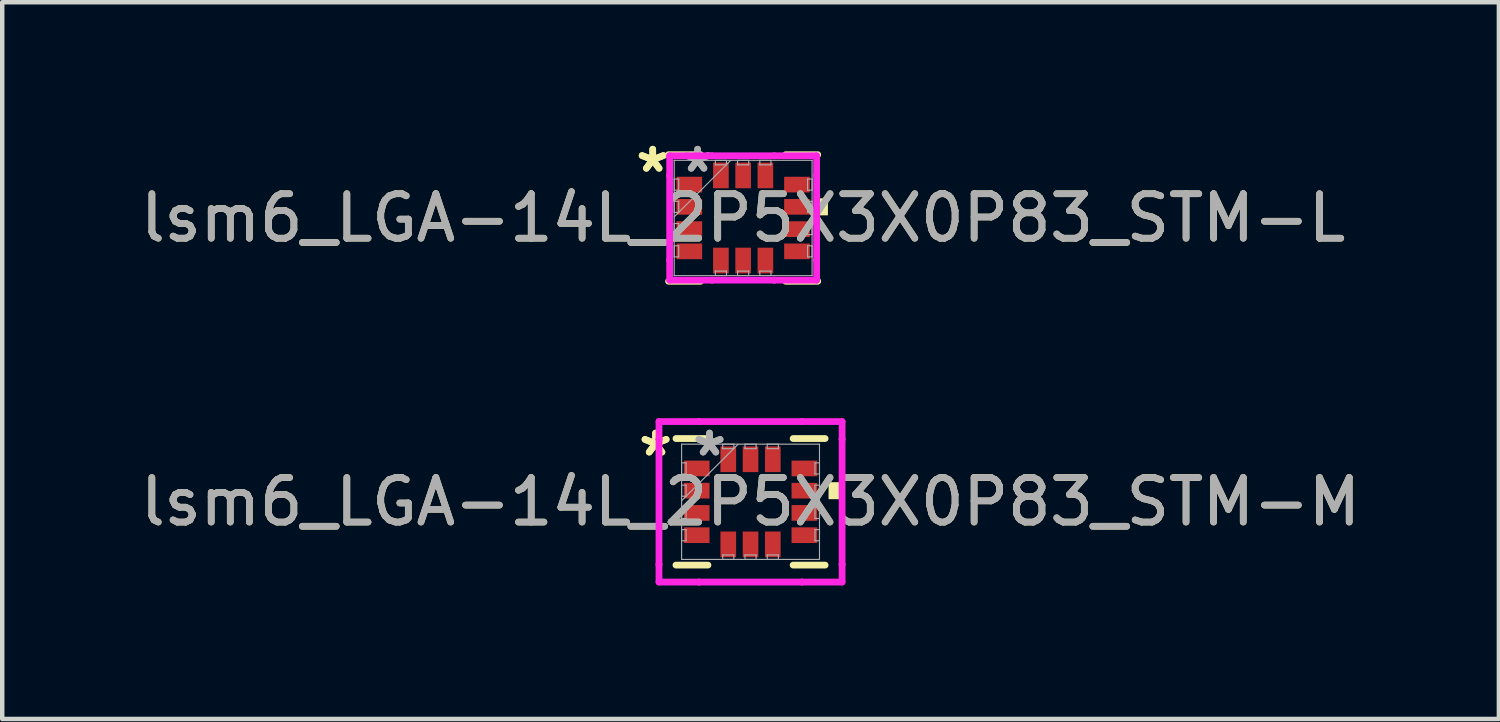
<source format=kicad_pcb>
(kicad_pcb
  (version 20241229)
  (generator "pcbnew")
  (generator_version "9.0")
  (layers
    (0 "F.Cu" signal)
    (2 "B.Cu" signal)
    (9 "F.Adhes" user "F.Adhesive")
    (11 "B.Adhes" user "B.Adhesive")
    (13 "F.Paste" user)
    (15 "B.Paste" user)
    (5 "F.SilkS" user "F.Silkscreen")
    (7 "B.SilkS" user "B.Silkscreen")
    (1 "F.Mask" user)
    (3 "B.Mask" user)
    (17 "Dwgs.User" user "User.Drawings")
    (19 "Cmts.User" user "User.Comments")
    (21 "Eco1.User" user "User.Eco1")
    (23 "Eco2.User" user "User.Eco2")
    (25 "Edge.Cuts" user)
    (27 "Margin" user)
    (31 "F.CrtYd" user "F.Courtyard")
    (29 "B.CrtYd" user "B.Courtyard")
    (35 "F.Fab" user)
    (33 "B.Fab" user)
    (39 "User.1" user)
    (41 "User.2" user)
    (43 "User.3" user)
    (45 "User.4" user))
  (footprint "lsm6_LGA-14L_2P5X3X0P83_STM-L"
    (layer "F.Cu")
    (at 13.649 1.848)
    (property "Reference" "lsm6_LGA-14L_2P5X3X0P83_STM-L" (at 0 0 0) (unlocked yes) (layer "F.SilkS") (effects (font (size 1 1) (thickness 0.15))))
    (attr smd)
    (fp_line (start -1.676 1.422) (end -0.957 1.422) (stroke (width 0.152) (type solid)) (layer "F.SilkS"))
    (fp_line (start -0.957 -1.422) (end -1.676 -1.422) (stroke (width 0.152) (type solid)) (layer "F.SilkS"))
    (fp_line (start 0.957 1.422) (end 1.676 1.422) (stroke (width 0.152) (type solid)) (layer "F.SilkS"))
    (fp_line (start 1.676 -1.422) (end 0.957 -1.422) (stroke (width 0.152) (type solid)) (layer "F.SilkS"))
    (fp_poly (pts (xy 1.905 -0.441) (xy 1.905 -0.059) (xy 1.651 -0.059) (xy 1.651 -0.441)) (stroke (width 0) (type solid)) (fill yes) (layer "F.SilkS"))
    (fp_line (start -1.651 -1.397) (end -0.701 -1.397) (stroke (width 0.152) (type solid)) (layer "F.CrtYd"))
    (fp_line (start -1.651 -0.951) (end -1.651 -1.397) (stroke (width 0.152) (type solid)) (layer "F.CrtYd"))
    (fp_line (start -1.651 -0.951) (end -1.651 -0.951) (stroke (width 0.152) (type solid)) (layer "F.CrtYd"))
    (fp_line (start -1.651 0.951) (end -1.651 -0.951) (stroke (width 0.152) (type solid)) (layer "F.CrtYd"))
    (fp_line (start -1.651 0.951) (end -1.651 0.951) (stroke (width 0.152) (type solid)) (layer "F.CrtYd"))
    (fp_line (start -1.651 1.397) (end -1.651 0.951) (stroke (width 0.152) (type solid)) (layer "F.CrtYd"))
    (fp_line (start -0.701 -1.397) (end -0.701 -1.397) (stroke (width 0.152) (type solid)) (layer "F.CrtYd"))
    (fp_line (start -0.701 -1.397) (end 0.701 -1.397) (stroke (width 0.152) (type solid)) (layer "F.CrtYd"))
    (fp_line (start -0.701 1.397) (end -1.651 1.397) (stroke (width 0.152) (type solid)) (layer "F.CrtYd"))
    (fp_line (start -0.701 1.397) (end -0.701 1.397) (stroke (width 0.152) (type solid)) (layer "F.CrtYd"))
    (fp_line (start 0.701 -1.397) (end 0.701 -1.397) (stroke (width 0.152) (type solid)) (layer "F.CrtYd"))
    (fp_line (start 0.701 -1.397) (end 1.651 -1.397) (stroke (width 0.152) (type solid)) (layer "F.CrtYd"))
    (fp_line (start 0.701 1.397) (end -0.701 1.397) (stroke (width 0.152) (type solid)) (layer "F.CrtYd"))
    (fp_line (start 0.701 1.397) (end 0.701 1.397) (stroke (width 0.152) (type solid)) (layer "F.CrtYd"))
    (fp_line (start 1.651 -1.397) (end 1.651 -0.951) (stroke (width 0.152) (type solid)) (layer "F.CrtYd"))
    (fp_line (start 1.651 -0.951) (end 1.651 -0.951) (stroke (width 0.152) (type solid)) (layer "F.CrtYd"))
    (fp_line (start 1.651 -0.951) (end 1.651 0.951) (stroke (width 0.152) (type solid)) (layer "F.CrtYd"))
    (fp_line (start 1.651 0.951) (end 1.651 0.951) (stroke (width 0.152) (type solid)) (layer "F.CrtYd"))
    (fp_line (start 1.651 0.951) (end 1.651 1.397) (stroke (width 0.152) (type solid)) (layer "F.CrtYd"))
    (fp_line (start 1.651 1.397) (end 0.701 1.397) (stroke (width 0.152) (type solid)) (layer "F.CrtYd"))
    (fp_line (start -1.549 -1.295) (end -1.549 -1.295) (stroke (width 0.025) (type solid)) (layer "F.Fab"))
    (fp_line (start -1.549 -1.295) (end -1.549 1.295) (stroke (width 0.025) (type solid)) (layer "F.Fab"))
    (fp_line (start -1.549 -0.875) (end -1.448 -0.875) (stroke (width 0.025) (type solid)) (layer "F.Fab"))
    (fp_line (start -1.549 -0.625) (end -1.549 -0.875) (stroke (width 0.025) (type solid)) (layer "F.Fab"))
    (fp_line (start -1.549 -0.375) (end -1.448 -0.375) (stroke (width 0.025) (type solid)) (layer "F.Fab"))
    (fp_line (start -1.549 -0.125) (end -1.549 -0.375) (stroke (width 0.025) (type solid)) (layer "F.Fab"))
    (fp_line (start -1.549 -0.025) (end -0.279 -1.295) (stroke (width 0.025) (type solid)) (layer "F.Fab"))
    (fp_line (start -1.549 0.125) (end -1.448 0.125) (stroke (width 0.025) (type solid)) (layer "F.Fab"))
    (fp_line (start -1.549 0.375) (end -1.549 0.125) (stroke (width 0.025) (type solid)) (layer "F.Fab"))
    (fp_line (start -1.549 0.625) (end -1.448 0.625) (stroke (width 0.025) (type solid)) (layer "F.Fab"))
    (fp_line (start -1.549 0.875) (end -1.549 0.625) (stroke (width 0.025) (type solid)) (layer "F.Fab"))
    (fp_line (start -1.549 1.295) (end -1.549 1.295) (stroke (width 0.025) (type solid)) (layer "F.Fab"))
    (fp_line (start -1.549 1.295) (end 1.549 1.295) (stroke (width 0.025) (type solid)) (layer "F.Fab"))
    (fp_line (start -1.448 -0.875) (end -1.448 -0.625) (stroke (width 0.025) (type solid)) (layer "F.Fab"))
    (fp_line (start -1.448 -0.625) (end -1.549 -0.625) (stroke (width 0.025) (type solid)) (layer "F.Fab"))
    (fp_line (start -1.448 -0.375) (end -1.448 -0.125) (stroke (width 0.025) (type solid)) (layer "F.Fab"))
    (fp_line (start -1.448 -0.125) (end -1.549 -0.125) (stroke (width 0.025) (type solid)) (layer "F.Fab"))
    (fp_line (start -1.448 0.125) (end -1.448 0.375) (stroke (width 0.025) (type solid)) (layer "F.Fab"))
    (fp_line (start -1.448 0.375) (end -1.549 0.375) (stroke (width 0.025) (type solid)) (layer "F.Fab"))
    (fp_line (start -1.448 0.625) (end -1.448 0.875) (stroke (width 0.025) (type solid)) (layer "F.Fab"))
    (fp_line (start -1.448 0.875) (end -1.549 0.875) (stroke (width 0.025) (type solid)) (layer "F.Fab"))
    (fp_line (start -0.625 -1.295) (end -0.375 -1.295) (stroke (width 0.025) (type solid)) (layer "F.Fab"))
    (fp_line (start -0.625 -1.194) (end -0.625 -1.295) (stroke (width 0.025) (type solid)) (layer "F.Fab"))
    (fp_line (start -0.625 1.194) (end -0.375 1.194) (stroke (width 0.025) (type solid)) (layer "F.Fab"))
    (fp_line (start -0.625 1.295) (end -0.625 1.194) (stroke (width 0.025) (type solid)) (layer "F.Fab"))
    (fp_line (start -0.375 -1.295) (end -0.375 -1.194) (stroke (width 0.025) (type solid)) (layer "F.Fab"))
    (fp_line (start -0.375 -1.194) (end -0.625 -1.194) (stroke (width 0.025) (type solid)) (layer "F.Fab"))
    (fp_line (start -0.375 1.194) (end -0.375 1.295) (stroke (width 0.025) (type solid)) (layer "F.Fab"))
    (fp_line (start -0.375 1.295) (end -0.625 1.295) (stroke (width 0.025) (type solid)) (layer "F.Fab"))
    (fp_line (start -0.125 -1.295) (end 0.125 -1.295) (stroke (width 0.025) (type solid)) (layer "F.Fab"))
    (fp_line (start -0.125 -1.194) (end -0.125 -1.295) (stroke (width 0.025) (type solid)) (layer "F.Fab"))
    (fp_line (start -0.125 1.194) (end 0.125 1.194) (stroke (width 0.025) (type solid)) (layer "F.Fab"))
    (fp_line (start -0.125 1.295) (end -0.125 1.194) (stroke (width 0.025) (type solid)) (layer "F.Fab"))
    (fp_line (start 0.125 -1.295) (end 0.125 -1.194) (stroke (width 0.025) (type solid)) (layer "F.Fab"))
    (fp_line (start 0.125 -1.194) (end -0.125 -1.194) (stroke (width 0.025) (type solid)) (layer "F.Fab"))
    (fp_line (start 0.125 1.194) (end 0.125 1.295) (stroke (width 0.025) (type solid)) (layer "F.Fab"))
    (fp_line (start 0.125 1.295) (end -0.125 1.295) (stroke (width 0.025) (type solid)) (layer "F.Fab"))
    (fp_line (start 0.375 -1.295) (end 0.625 -1.295) (stroke (width 0.025) (type solid)) (layer "F.Fab"))
    (fp_line (start 0.375 -1.194) (end 0.375 -1.295) (stroke (width 0.025) (type solid)) (layer "F.Fab"))
    (fp_line (start 0.375 1.194) (end 0.625 1.194) (stroke (width 0.025) (type solid)) (layer "F.Fab"))
    (fp_line (start 0.375 1.295) (end 0.375 1.194) (stroke (width 0.025) (type solid)) (layer "F.Fab"))
    (fp_line (start 0.625 -1.295) (end 0.625 -1.194) (stroke (width 0.025) (type solid)) (layer "F.Fab"))
    (fp_line (start 0.625 -1.194) (end 0.375 -1.194) (stroke (width 0.025) (type solid)) (layer "F.Fab"))
    (fp_line (start 0.625 1.194) (end 0.625 1.295) (stroke (width 0.025) (type solid)) (layer "F.Fab"))
    (fp_line (start 0.625 1.295) (end 0.375 1.295) (stroke (width 0.025) (type solid)) (layer "F.Fab"))
    (fp_line (start 1.448 -0.875) (end 1.549 -0.875) (stroke (width 0.025) (type solid)) (layer "F.Fab"))
    (fp_line (start 1.448 -0.625) (end 1.448 -0.875) (stroke (width 0.025) (type solid)) (layer "F.Fab"))
    (fp_line (start 1.448 -0.375) (end 1.549 -0.375) (stroke (width 0.025) (type solid)) (layer "F.Fab"))
    (fp_line (start 1.448 -0.125) (end 1.448 -0.375) (stroke (width 0.025) (type solid)) (layer "F.Fab"))
    (fp_line (start 1.448 0.125) (end 1.549 0.125) (stroke (width 0.025) (type solid)) (layer "F.Fab"))
    (fp_line (start 1.448 0.375) (end 1.448 0.125) (stroke (width 0.025) (type solid)) (layer "F.Fab"))
    (fp_line (start 1.448 0.625) (end 1.549 0.625) (stroke (width 0.025) (type solid)) (layer "F.Fab"))
    (fp_line (start 1.448 0.875) (end 1.448 0.625) (stroke (width 0.025) (type solid)) (layer "F.Fab"))
    (fp_line (start 1.549 -1.295) (end -1.549 -1.295) (stroke (width 0.025) (type solid)) (layer "F.Fab"))
    (fp_line (start 1.549 -1.295) (end 1.549 -1.295) (stroke (width 0.025) (type solid)) (layer "F.Fab"))
    (fp_line (start 1.549 -0.875) (end 1.549 -0.625) (stroke (width 0.025) (type solid)) (layer "F.Fab"))
    (fp_line (start 1.549 -0.625) (end 1.448 -0.625) (stroke (width 0.025) (type solid)) (layer "F.Fab"))
    (fp_line (start 1.549 -0.375) (end 1.549 -0.125) (stroke (width 0.025) (type solid)) (layer "F.Fab"))
    (fp_line (start 1.549 -0.125) (end 1.448 -0.125) (stroke (width 0.025) (type solid)) (layer "F.Fab"))
    (fp_line (start 1.549 0.125) (end 1.549 0.375) (stroke (width 0.025) (type solid)) (layer "F.Fab"))
    (fp_line (start 1.549 0.375) (end 1.448 0.375) (stroke (width 0.025) (type solid)) (layer "F.Fab"))
    (fp_line (start 1.549 0.625) (end 1.549 0.875) (stroke (width 0.025) (type solid)) (layer "F.Fab"))
    (fp_line (start 1.549 0.875) (end 1.448 0.875) (stroke (width 0.025) (type solid)) (layer "F.Fab"))
    (fp_line (start 1.549 1.295) (end 1.549 -1.295) (stroke (width 0.025) (type solid)) (layer "F.Fab"))
    (fp_line (start 1.549 1.295) (end 1.549 1.295) (stroke (width 0.025) (type solid)) (layer "F.Fab"))
    (fp_text user "*" (at -2.032 -1 0) (unlocked yes) (layer "F.SilkS") (effects (font (size 1 1) (thickness 0.15))))
    (fp_text user "*" (at -2.032 -1 0) (layer "F.SilkS") (effects (font (size 1 1) (thickness 0.15))))
    (fp_text user "*" (at -1.024 -1 0) (layer "F.Fab") (effects (font (size 1 1) (thickness 0.15))))
    (fp_text user "${REFERENCE}" (at 0 0 0) (unlocked yes) (layer "F.Fab") (effects (font (size 1 1) (thickness 0.15))))
    (fp_text user "*" (at -1.024 -1 0) (unlocked yes) (layer "F.Fab") (effects (font (size 1 1) (thickness 0.15))))
    (pad "1" smd rect (at -1.21 -0.75 90) (size 0.352 0.577) (layers "F.Cu" "F.Mask" "F.Paste"))
    (pad "2" smd rect (at -1.21 -0.25 90) (size 0.352 0.577) (layers "F.Cu" "F.Mask" "F.Paste"))
    (pad "3" smd rect (at -1.21 0.25 90) (size 0.352 0.577) (layers "F.Cu" "F.Mask" "F.Paste"))
    (pad "4" smd rect (at -1.21 0.75 90) (size 0.352 0.577) (layers "F.Cu" "F.Mask" "F.Paste"))
    (pad "5" smd rect (at -0.5 0.956) (size 0.352 0.577) (layers "F.Cu" "F.Mask" "F.Paste"))
    (pad "6" smd rect (at 0 0.956) (size 0.352 0.577) (layers "F.Cu" "F.Mask" "F.Paste"))
    (pad "7" smd rect (at 0.5 0.956) (size 0.352 0.577) (layers "F.Cu" "F.Mask" "F.Paste"))
    (pad "8" smd rect (at 1.21 0.75 90) (size 0.352 0.577) (layers "F.Cu" "F.Mask" "F.Paste"))
    (pad "9" smd rect (at 1.21 0.25 90) (size 0.352 0.577) (layers "F.Cu" "F.Mask" "F.Paste"))
    (pad "10" smd rect (at 1.21 -0.25 90) (size 0.352 0.577) (layers "F.Cu" "F.Mask" "F.Paste"))
    (pad "11" smd rect (at 1.21 -0.75 90) (size 0.352 0.577) (layers "F.Cu" "F.Mask" "F.Paste"))
    (pad "12" smd rect (at 0.5 -0.956) (size 0.352 0.577) (layers "F.Cu" "F.Mask" "F.Paste"))
    (pad "13" smd rect (at 0 -0.956) (size 0.352 0.577) (layers "F.Cu" "F.Mask" "F.Paste"))
    (pad "14" smd rect (at -0.5 -0.956) (size 0.352 0.577) (layers "F.Cu" "F.Mask" "F.Paste")))
  (footprint "lsm6_LGA-14L_2P5X3X0P83_STM-M"
    (layer "F.Cu")
    (at 13.815 8.226)
    (property "Reference" "lsm6_LGA-14L_2P5X3X0P83_STM-M" (at 0 0 0) (unlocked yes) (layer "F.SilkS") (effects (font (size 1 1) (thickness 0.15))))
    (attr smd)
    (fp_line (start -1.676 1.422) (end -0.957 1.422) (stroke (width 0.152) (type solid)) (layer "F.SilkS"))
    (fp_line (start -0.957 -1.422) (end -1.676 -1.422) (stroke (width 0.152) (type solid)) (layer "F.SilkS"))
    (fp_line (start 0.957 1.422) (end 1.676 1.422) (stroke (width 0.152) (type solid)) (layer "F.SilkS"))
    (fp_line (start 1.676 -1.422) (end 0.957 -1.422) (stroke (width 0.152) (type solid)) (layer "F.SilkS"))
    (fp_poly (pts (xy 2.007 -0.441) (xy 2.007 -0.059) (xy 1.753 -0.059) (xy 1.753 -0.441)) (stroke (width 0) (type solid)) (fill yes) (layer "F.SilkS"))
    (fp_line (start -2.057 -1.803) (end -1.158 -1.803) (stroke (width 0.152) (type solid)) (layer "F.CrtYd"))
    (fp_line (start -2.057 -1.408) (end -2.057 -1.803) (stroke (width 0.152) (type solid)) (layer "F.CrtYd"))
    (fp_line (start -2.057 -1.408) (end -2.057 -1.408) (stroke (width 0.152) (type solid)) (layer "F.CrtYd"))
    (fp_line (start -2.057 1.408) (end -2.057 -1.408) (stroke (width 0.152) (type solid)) (layer "F.CrtYd"))
    (fp_line (start -2.057 1.408) (end -2.057 1.408) (stroke (width 0.152) (type solid)) (layer "F.CrtYd"))
    (fp_line (start -2.057 1.803) (end -2.057 1.408) (stroke (width 0.152) (type solid)) (layer "F.CrtYd"))
    (fp_line (start -1.158 -1.803) (end -1.158 -1.803) (stroke (width 0.152) (type solid)) (layer "F.CrtYd"))
    (fp_line (start -1.158 -1.803) (end 1.158 -1.803) (stroke (width 0.152) (type solid)) (layer "F.CrtYd"))
    (fp_line (start -1.158 1.803) (end -2.057 1.803) (stroke (width 0.152) (type solid)) (layer "F.CrtYd"))
    (fp_line (start -1.158 1.803) (end -1.158 1.803) (stroke (width 0.152) (type solid)) (layer "F.CrtYd"))
    (fp_line (start 1.158 -1.803) (end 1.158 -1.803) (stroke (width 0.152) (type solid)) (layer "F.CrtYd"))
    (fp_line (start 1.158 -1.803) (end 2.057 -1.803) (stroke (width 0.152) (type solid)) (layer "F.CrtYd"))
    (fp_line (start 1.158 1.803) (end -1.158 1.803) (stroke (width 0.152) (type solid)) (layer "F.CrtYd"))
    (fp_line (start 1.158 1.803) (end 1.158 1.803) (stroke (width 0.152) (type solid)) (layer "F.CrtYd"))
    (fp_line (start 2.057 -1.803) (end 2.057 -1.408) (stroke (width 0.152) (type solid)) (layer "F.CrtYd"))
    (fp_line (start 2.057 -1.408) (end 2.057 -1.408) (stroke (width 0.152) (type solid)) (layer "F.CrtYd"))
    (fp_line (start 2.057 -1.408) (end 2.057 1.408) (stroke (width 0.152) (type solid)) (layer "F.CrtYd"))
    (fp_line (start 2.057 1.408) (end 2.057 1.408) (stroke (width 0.152) (type solid)) (layer "F.CrtYd"))
    (fp_line (start 2.057 1.408) (end 2.057 1.803) (stroke (width 0.152) (type solid)) (layer "F.CrtYd"))
    (fp_line (start 2.057 1.803) (end 1.158 1.803) (stroke (width 0.152) (type solid)) (layer "F.CrtYd"))
    (fp_line (start -1.549 -1.295) (end -1.549 -1.295) (stroke (width 0.025) (type solid)) (layer "F.Fab"))
    (fp_line (start -1.549 -1.295) (end -1.549 1.295) (stroke (width 0.025) (type solid)) (layer "F.Fab"))
    (fp_line (start -1.549 -0.875) (end -1.448 -0.875) (stroke (width 0.025) (type solid)) (layer "F.Fab"))
    (fp_line (start -1.549 -0.625) (end -1.549 -0.875) (stroke (width 0.025) (type solid)) (layer "F.Fab"))
    (fp_line (start -1.549 -0.375) (end -1.448 -0.375) (stroke (width 0.025) (type solid)) (layer "F.Fab"))
    (fp_line (start -1.549 -0.125) (end -1.549 -0.375) (stroke (width 0.025) (type solid)) (layer "F.Fab"))
    (fp_line (start -1.549 -0.025) (end -0.279 -1.295) (stroke (width 0.025) (type solid)) (layer "F.Fab"))
    (fp_line (start -1.549 0.125) (end -1.448 0.125) (stroke (width 0.025) (type solid)) (layer "F.Fab"))
    (fp_line (start -1.549 0.375) (end -1.549 0.125) (stroke (width 0.025) (type solid)) (layer "F.Fab"))
    (fp_line (start -1.549 0.625) (end -1.448 0.625) (stroke (width 0.025) (type solid)) (layer "F.Fab"))
    (fp_line (start -1.549 0.875) (end -1.549 0.625) (stroke (width 0.025) (type solid)) (layer "F.Fab"))
    (fp_line (start -1.549 1.295) (end -1.549 1.295) (stroke (width 0.025) (type solid)) (layer "F.Fab"))
    (fp_line (start -1.549 1.295) (end 1.549 1.295) (stroke (width 0.025) (type solid)) (layer "F.Fab"))
    (fp_line (start -1.448 -0.875) (end -1.448 -0.625) (stroke (width 0.025) (type solid)) (layer "F.Fab"))
    (fp_line (start -1.448 -0.625) (end -1.549 -0.625) (stroke (width 0.025) (type solid)) (layer "F.Fab"))
    (fp_line (start -1.448 -0.375) (end -1.448 -0.125) (stroke (width 0.025) (type solid)) (layer "F.Fab"))
    (fp_line (start -1.448 -0.125) (end -1.549 -0.125) (stroke (width 0.025) (type solid)) (layer "F.Fab"))
    (fp_line (start -1.448 0.125) (end -1.448 0.375) (stroke (width 0.025) (type solid)) (layer "F.Fab"))
    (fp_line (start -1.448 0.375) (end -1.549 0.375) (stroke (width 0.025) (type solid)) (layer "F.Fab"))
    (fp_line (start -1.448 0.625) (end -1.448 0.875) (stroke (width 0.025) (type solid)) (layer "F.Fab"))
    (fp_line (start -1.448 0.875) (end -1.549 0.875) (stroke (width 0.025) (type solid)) (layer "F.Fab"))
    (fp_line (start -0.625 -1.295) (end -0.375 -1.295) (stroke (width 0.025) (type solid)) (layer "F.Fab"))
    (fp_line (start -0.625 -1.194) (end -0.625 -1.295) (stroke (width 0.025) (type solid)) (layer "F.Fab"))
    (fp_line (start -0.625 1.194) (end -0.375 1.194) (stroke (width 0.025) (type solid)) (layer "F.Fab"))
    (fp_line (start -0.625 1.295) (end -0.625 1.194) (stroke (width 0.025) (type solid)) (layer "F.Fab"))
    (fp_line (start -0.375 -1.295) (end -0.375 -1.194) (stroke (width 0.025) (type solid)) (layer "F.Fab"))
    (fp_line (start -0.375 -1.194) (end -0.625 -1.194) (stroke (width 0.025) (type solid)) (layer "F.Fab"))
    (fp_line (start -0.375 1.194) (end -0.375 1.295) (stroke (width 0.025) (type solid)) (layer "F.Fab"))
    (fp_line (start -0.375 1.295) (end -0.625 1.295) (stroke (width 0.025) (type solid)) (layer "F.Fab"))
    (fp_line (start -0.125 -1.295) (end 0.125 -1.295) (stroke (width 0.025) (type solid)) (layer "F.Fab"))
    (fp_line (start -0.125 -1.194) (end -0.125 -1.295) (stroke (width 0.025) (type solid)) (layer "F.Fab"))
    (fp_line (start -0.125 1.194) (end 0.125 1.194) (stroke (width 0.025) (type solid)) (layer "F.Fab"))
    (fp_line (start -0.125 1.295) (end -0.125 1.194) (stroke (width 0.025) (type solid)) (layer "F.Fab"))
    (fp_line (start 0.125 -1.295) (end 0.125 -1.194) (stroke (width 0.025) (type solid)) (layer "F.Fab"))
    (fp_line (start 0.125 -1.194) (end -0.125 -1.194) (stroke (width 0.025) (type solid)) (layer "F.Fab"))
    (fp_line (start 0.125 1.194) (end 0.125 1.295) (stroke (width 0.025) (type solid)) (layer "F.Fab"))
    (fp_line (start 0.125 1.295) (end -0.125 1.295) (stroke (width 0.025) (type solid)) (layer "F.Fab"))
    (fp_line (start 0.375 -1.295) (end 0.625 -1.295) (stroke (width 0.025) (type solid)) (layer "F.Fab"))
    (fp_line (start 0.375 -1.194) (end 0.375 -1.295) (stroke (width 0.025) (type solid)) (layer "F.Fab"))
    (fp_line (start 0.375 1.194) (end 0.625 1.194) (stroke (width 0.025) (type solid)) (layer "F.Fab"))
    (fp_line (start 0.375 1.295) (end 0.375 1.194) (stroke (width 0.025) (type solid)) (layer "F.Fab"))
    (fp_line (start 0.625 -1.295) (end 0.625 -1.194) (stroke (width 0.025) (type solid)) (layer "F.Fab"))
    (fp_line (start 0.625 -1.194) (end 0.375 -1.194) (stroke (width 0.025) (type solid)) (layer "F.Fab"))
    (fp_line (start 0.625 1.194) (end 0.625 1.295) (stroke (width 0.025) (type solid)) (layer "F.Fab"))
    (fp_line (start 0.625 1.295) (end 0.375 1.295) (stroke (width 0.025) (type solid)) (layer "F.Fab"))
    (fp_line (start 1.448 -0.875) (end 1.549 -0.875) (stroke (width 0.025) (type solid)) (layer "F.Fab"))
    (fp_line (start 1.448 -0.625) (end 1.448 -0.875) (stroke (width 0.025) (type solid)) (layer "F.Fab"))
    (fp_line (start 1.448 -0.375) (end 1.549 -0.375) (stroke (width 0.025) (type solid)) (layer "F.Fab"))
    (fp_line (start 1.448 -0.125) (end 1.448 -0.375) (stroke (width 0.025) (type solid)) (layer "F.Fab"))
    (fp_line (start 1.448 0.125) (end 1.549 0.125) (stroke (width 0.025) (type solid)) (layer "F.Fab"))
    (fp_line (start 1.448 0.375) (end 1.448 0.125) (stroke (width 0.025) (type solid)) (layer "F.Fab"))
    (fp_line (start 1.448 0.625) (end 1.549 0.625) (stroke (width 0.025) (type solid)) (layer "F.Fab"))
    (fp_line (start 1.448 0.875) (end 1.448 0.625) (stroke (width 0.025) (type solid)) (layer "F.Fab"))
    (fp_line (start 1.549 -1.295) (end -1.549 -1.295) (stroke (width 0.025) (type solid)) (layer "F.Fab"))
    (fp_line (start 1.549 -1.295) (end 1.549 -1.295) (stroke (width 0.025) (type solid)) (layer "F.Fab"))
    (fp_line (start 1.549 -0.875) (end 1.549 -0.625) (stroke (width 0.025) (type solid)) (layer "F.Fab"))
    (fp_line (start 1.549 -0.625) (end 1.448 -0.625) (stroke (width 0.025) (type solid)) (layer "F.Fab"))
    (fp_line (start 1.549 -0.375) (end 1.549 -0.125) (stroke (width 0.025) (type solid)) (layer "F.Fab"))
    (fp_line (start 1.549 -0.125) (end 1.448 -0.125) (stroke (width 0.025) (type solid)) (layer "F.Fab"))
    (fp_line (start 1.549 0.125) (end 1.549 0.375) (stroke (width 0.025) (type solid)) (layer "F.Fab"))
    (fp_line (start 1.549 0.375) (end 1.448 0.375) (stroke (width 0.025) (type solid)) (layer "F.Fab"))
    (fp_line (start 1.549 0.625) (end 1.549 0.875) (stroke (width 0.025) (type solid)) (layer "F.Fab"))
    (fp_line (start 1.549 0.875) (end 1.448 0.875) (stroke (width 0.025) (type solid)) (layer "F.Fab"))
    (fp_line (start 1.549 1.295) (end 1.549 -1.295) (stroke (width 0.025) (type solid)) (layer "F.Fab"))
    (fp_line (start 1.549 1.295) (end 1.549 1.295) (stroke (width 0.025) (type solid)) (layer "F.Fab"))
    (fp_text user "*" (at -2.134 -1 0) (unlocked yes) (layer "F.SilkS") (effects (font (size 1 1) (thickness 0.15))))
    (fp_text user "*" (at -2.134 -1 0) (layer "F.SilkS") (effects (font (size 1 1) (thickness 0.15))))
    (fp_text user "*" (at -0.922 -1 0) (layer "F.Fab") (effects (font (size 1 1) (thickness 0.15))))
    (fp_text user "${REFERENCE}" (at 0 0 0) (unlocked yes) (layer "F.Fab") (effects (font (size 1 1) (thickness 0.15))))
    (fp_text user "*" (at -0.922 -1 0) (unlocked yes) (layer "F.Fab") (effects (font (size 1 1) (thickness 0.15))))
    (pad "1" smd rect (at -1.21 -0.75 90) (size 0.352 0.577) (layers "F.Cu" "F.Mask" "F.Paste"))
    (pad "2" smd rect (at -1.21 -0.25 90) (size 0.352 0.577) (layers "F.Cu" "F.Mask" "F.Paste"))
    (pad "3" smd rect (at -1.21 0.25 90) (size 0.352 0.577) (layers "F.Cu" "F.Mask" "F.Paste"))
    (pad "4" smd rect (at -1.21 0.75 90) (size 0.352 0.577) (layers "F.Cu" "F.Mask" "F.Paste"))
    (pad "5" smd rect (at -0.5 0.956) (size 0.352 0.577) (layers "F.Cu" "F.Mask" "F.Paste"))
    (pad "6" smd rect (at 0 0.956) (size 0.352 0.577) (layers "F.Cu" "F.Mask" "F.Paste"))
    (pad "7" smd rect (at 0.5 0.956) (size 0.352 0.577) (layers "F.Cu" "F.Mask" "F.Paste"))
    (pad "8" smd rect (at 1.21 0.75 90) (size 0.352 0.577) (layers "F.Cu" "F.Mask" "F.Paste"))
    (pad "9" smd rect (at 1.21 0.25 90) (size 0.352 0.577) (layers "F.Cu" "F.Mask" "F.Paste"))
    (pad "10" smd rect (at 1.21 -0.25 90) (size 0.352 0.577) (layers "F.Cu" "F.Mask" "F.Paste"))
    (pad "11" smd rect (at 1.21 -0.75 90) (size 0.352 0.577) (layers "F.Cu" "F.Mask" "F.Paste"))
    (pad "12" smd rect (at 0.5 -0.956) (size 0.352 0.577) (layers "F.Cu" "F.Mask" "F.Paste"))
    (pad "13" smd rect (at 0 -0.956) (size 0.352 0.577) (layers "F.Cu" "F.Mask" "F.Paste"))
    (pad "14" smd rect (at -0.5 -0.956) (size 0.352 0.577) (layers "F.Cu" "F.Mask" "F.Paste")))
  (gr_rect
    (start -3 -3)
    (end 30.631 13.106)
    (stroke (width 0.1) (type default))
    (fill no)
    (layer "Edge.Cuts")))
</source>
